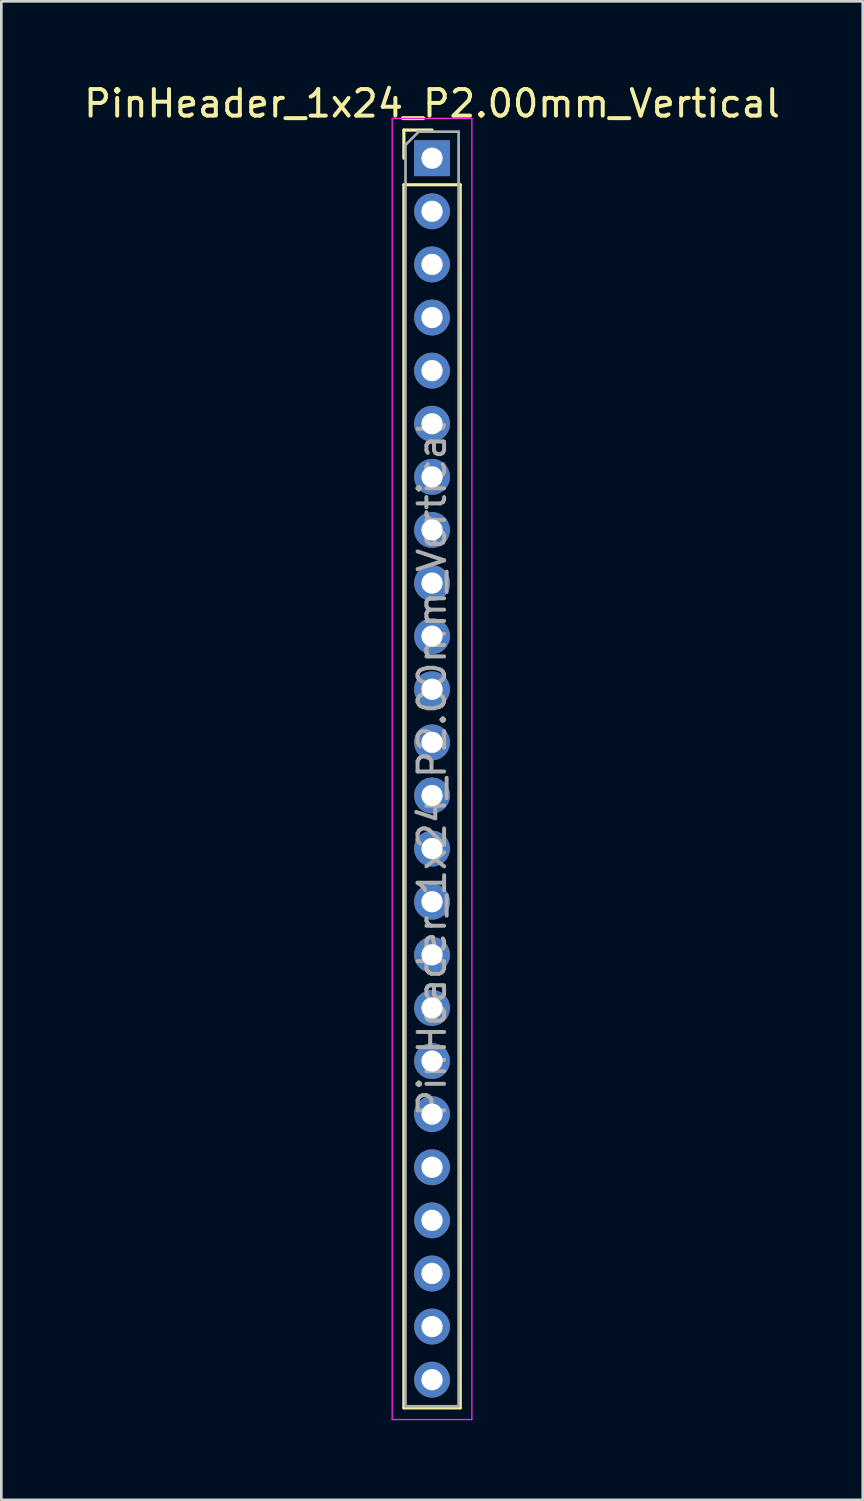
<source format=kicad_pcb>
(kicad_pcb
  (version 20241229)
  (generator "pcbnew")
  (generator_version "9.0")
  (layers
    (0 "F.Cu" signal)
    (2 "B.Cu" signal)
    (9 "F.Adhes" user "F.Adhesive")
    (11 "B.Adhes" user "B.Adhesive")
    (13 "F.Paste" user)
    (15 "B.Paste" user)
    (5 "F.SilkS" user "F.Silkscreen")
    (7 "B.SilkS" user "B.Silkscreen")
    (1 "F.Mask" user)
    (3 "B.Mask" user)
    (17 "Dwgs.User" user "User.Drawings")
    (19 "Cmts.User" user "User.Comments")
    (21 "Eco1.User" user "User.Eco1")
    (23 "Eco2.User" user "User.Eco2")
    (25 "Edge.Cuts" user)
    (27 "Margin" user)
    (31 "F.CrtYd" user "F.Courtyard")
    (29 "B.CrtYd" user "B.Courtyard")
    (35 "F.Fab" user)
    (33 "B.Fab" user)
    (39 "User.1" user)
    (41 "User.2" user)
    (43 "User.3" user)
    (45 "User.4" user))
  (footprint "PinHeader_1x24_P2.00mm_Vertical"
    (layer "F.Cu")
    (at 13.22 2.908)
    (property "Reference" "PinHeader_1x24_P2.00mm_Vertical" (at 0 -2.06 0) (layer "F.SilkS") (effects (font (size 1 1) (thickness 0.15))))
    (attr through_hole)
    (fp_line (start -1.06 -1.06) (end 0 -1.06) (stroke (width 0.12) (type solid)) (layer "F.SilkS"))
    (fp_line (start -1.06 0) (end -1.06 -1.06) (stroke (width 0.12) (type solid)) (layer "F.SilkS"))
    (fp_line (start -1.06 1) (end -1.06 47.06) (stroke (width 0.12) (type solid)) (layer "F.SilkS"))
    (fp_line (start -1.06 1) (end 1.06 1) (stroke (width 0.12) (type solid)) (layer "F.SilkS"))
    (fp_line (start -1.06 47.06) (end 1.06 47.06) (stroke (width 0.12) (type solid)) (layer "F.SilkS"))
    (fp_line (start 1.06 1) (end 1.06 47.06) (stroke (width 0.12) (type solid)) (layer "F.SilkS"))
    (fp_line (start -1.5 -1.5) (end -1.5 47.5) (stroke (width 0.05) (type solid)) (layer "F.CrtYd"))
    (fp_line (start -1.5 47.5) (end 1.5 47.5) (stroke (width 0.05) (type solid)) (layer "F.CrtYd"))
    (fp_line (start 1.5 -1.5) (end -1.5 -1.5) (stroke (width 0.05) (type solid)) (layer "F.CrtYd"))
    (fp_line (start 1.5 47.5) (end 1.5 -1.5) (stroke (width 0.05) (type solid)) (layer "F.CrtYd"))
    (fp_line (start -1 -0.5) (end -0.5 -1) (stroke (width 0.1) (type solid)) (layer "F.Fab"))
    (fp_line (start -1 47) (end -1 -0.5) (stroke (width 0.1) (type solid)) (layer "F.Fab"))
    (fp_line (start -0.5 -1) (end 1 -1) (stroke (width 0.1) (type solid)) (layer "F.Fab"))
    (fp_line (start 1 -1) (end 1 47) (stroke (width 0.1) (type solid)) (layer "F.Fab"))
    (fp_line (start 1 47) (end -1 47) (stroke (width 0.1) (type solid)) (layer "F.Fab"))
    (fp_text user "${REFERENCE}" (at 0 23 90) (layer "F.Fab") (effects (font (size 1 1) (thickness 0.15))))
    (pad "1" thru_hole rect (at 0 0) (size 1.35 1.35) (drill 0.8) (layers "*.Cu" "*.Mask"))
    (pad "2" thru_hole oval (at 0 2) (size 1.35 1.35) (drill 0.8) (layers "*.Cu" "*.Mask"))
    (pad "3" thru_hole oval (at 0 4) (size 1.35 1.35) (drill 0.8) (layers "*.Cu" "*.Mask"))
    (pad "4" thru_hole oval (at 0 6) (size 1.35 1.35) (drill 0.8) (layers "*.Cu" "*.Mask"))
    (pad "5" thru_hole oval (at 0 8) (size 1.35 1.35) (drill 0.8) (layers "*.Cu" "*.Mask"))
    (pad "6" thru_hole oval (at 0 10) (size 1.35 1.35) (drill 0.8) (layers "*.Cu" "*.Mask"))
    (pad "7" thru_hole oval (at 0 12) (size 1.35 1.35) (drill 0.8) (layers "*.Cu" "*.Mask"))
    (pad "8" thru_hole oval (at 0 14) (size 1.35 1.35) (drill 0.8) (layers "*.Cu" "*.Mask"))
    (pad "9" thru_hole oval (at 0 16) (size 1.35 1.35) (drill 0.8) (layers "*.Cu" "*.Mask"))
    (pad "10" thru_hole oval (at 0 18) (size 1.35 1.35) (drill 0.8) (layers "*.Cu" "*.Mask"))
    (pad "11" thru_hole oval (at 0 20) (size 1.35 1.35) (drill 0.8) (layers "*.Cu" "*.Mask"))
    (pad "12" thru_hole oval (at 0 22) (size 1.35 1.35) (drill 0.8) (layers "*.Cu" "*.Mask"))
    (pad "13" thru_hole oval (at 0 24) (size 1.35 1.35) (drill 0.8) (layers "*.Cu" "*.Mask"))
    (pad "14" thru_hole oval (at 0 26) (size 1.35 1.35) (drill 0.8) (layers "*.Cu" "*.Mask"))
    (pad "15" thru_hole oval (at 0 28) (size 1.35 1.35) (drill 0.8) (layers "*.Cu" "*.Mask"))
    (pad "16" thru_hole oval (at 0 30) (size 1.35 1.35) (drill 0.8) (layers "*.Cu" "*.Mask"))
    (pad "17" thru_hole oval (at 0 32) (size 1.35 1.35) (drill 0.8) (layers "*.Cu" "*.Mask"))
    (pad "18" thru_hole oval (at 0 34) (size 1.35 1.35) (drill 0.8) (layers "*.Cu" "*.Mask"))
    (pad "19" thru_hole oval (at 0 36) (size 1.35 1.35) (drill 0.8) (layers "*.Cu" "*.Mask"))
    (pad "20" thru_hole oval (at 0 38) (size 1.35 1.35) (drill 0.8) (layers "*.Cu" "*.Mask"))
    (pad "21" thru_hole oval (at 0 40) (size 1.35 1.35) (drill 0.8) (layers "*.Cu" "*.Mask"))
    (pad "22" thru_hole oval (at 0 42) (size 1.35 1.35) (drill 0.8) (layers "*.Cu" "*.Mask"))
    (pad "23" thru_hole oval (at 0 44) (size 1.35 1.35) (drill 0.8) (layers "*.Cu" "*.Mask"))
    (pad "24" thru_hole oval (at 0 46) (size 1.35 1.35) (drill 0.8) (layers "*.Cu" "*.Mask")))
  (gr_rect
    (start -3 -3)
    (end 29.44 53.433)
    (stroke (width 0.1) (type default))
    (fill no)
    (layer "Edge.Cuts")))
</source>
